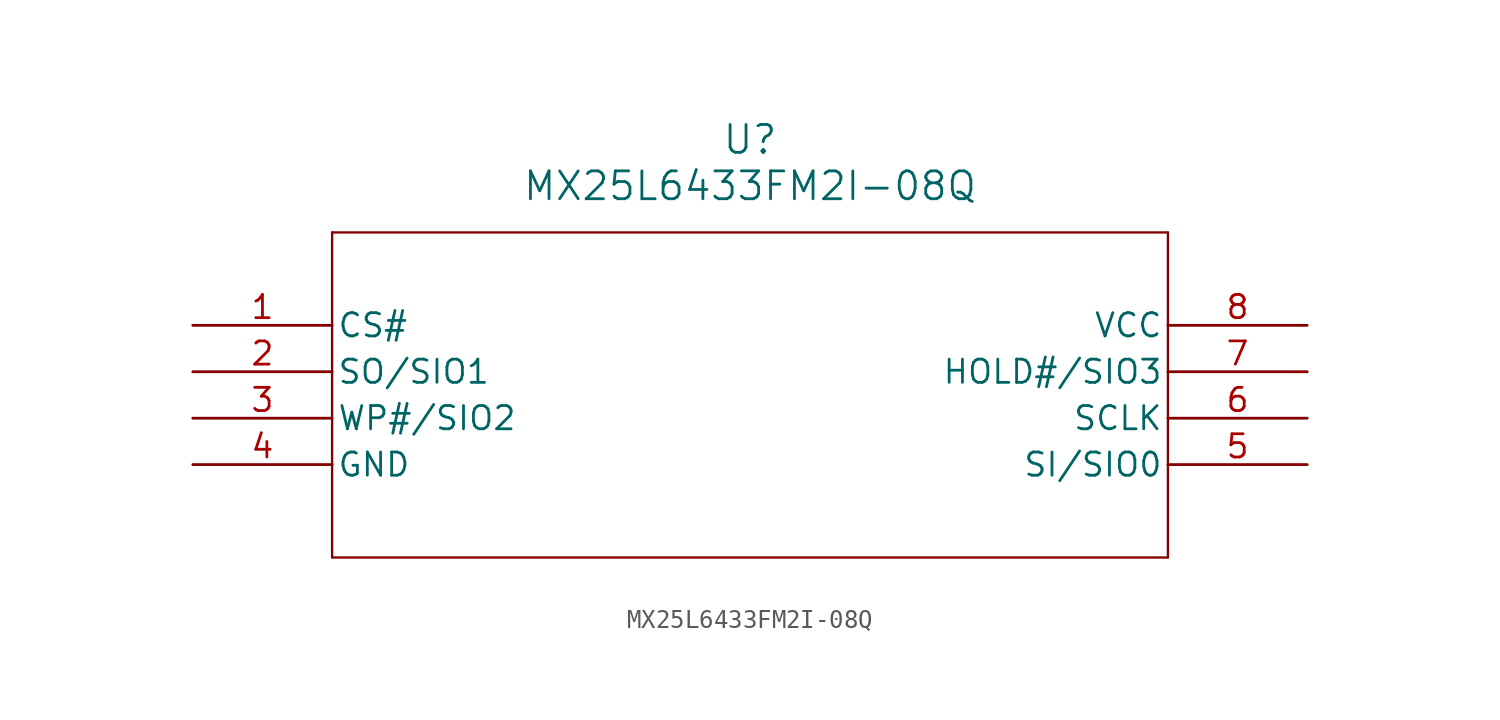
<source format=kicad_sym>
(kicad_symbol_lib
  (version 20211014)
  (generator kicad_symbol_editor)
  (symbol "MX25L6433FM2I-08Q"
    (pin_names
      (offset 0.254))
    (property "Reference" "U"
      (at 30.48 10.16 0)
      (effects (font (size 1.524 1.524))))
    (property "Value" "MX25L6433FM2I-08Q"
      (at 30.48 7.62 0)
      (effects (font (size 1.524 1.524))))
    (symbol "MX25L6433FM2I-08Q_0_1"
      (polyline (pts (xy 7.62 5.08) (xy 7.62 -12.7)) (stroke (width 0.127) (type default) (color 0 0 0 0)) (fill (type none)))
      (polyline (pts (xy 7.62 -12.7) (xy 53.34 -12.7)) (stroke (width 0.127) (type default) (color 0 0 0 0)) (fill (type none)))
      (polyline (pts (xy 53.34 -12.7) (xy 53.34 5.08)) (stroke (width 0.127) (type default) (color 0 0 0 0)) (fill (type none)))
      (polyline (pts (xy 53.34 5.08) (xy 7.62 5.08)) (stroke (width 0.127) (type default) (color 0 0 0 0)) (fill (type none)))
      (pin input line (at 0 0 0) (length 7.62) (name "CS#" (effects (font (size 1.27 1.27)))) (number "1" (effects (font (size 1.27 1.27)))))
      (pin bidirectional line (at 0 -2.54 0) (length 7.62) (name "SO/SIO1" (effects (font (size 1.27 1.27)))) (number "2" (effects (font (size 1.27 1.27)))))
      (pin bidirectional line (at 0 -5.08 0) (length 7.62) (name "WP#/SIO2" (effects (font (size 1.27 1.27)))) (number "3" (effects (font (size 1.27 1.27)))))
      (pin power_out line (at 0 -7.62 0) (length 7.62) (name "GND" (effects (font (size 1.27 1.27)))) (number "4" (effects (font (size 1.27 1.27)))))
      (pin bidirectional line (at 60.96 -7.62 180) (length 7.62) (name "SI/SIO0" (effects (font (size 1.27 1.27)))) (number "5" (effects (font (size 1.27 1.27)))))
      (pin input line (at 60.96 -5.08 180) (length 7.62) (name "SCLK" (effects (font (size 1.27 1.27)))) (number "6" (effects (font (size 1.27 1.27)))))
      (pin bidirectional line (at 60.96 -2.54 180) (length 7.62) (name "HOLD#/SIO3" (effects (font (size 1.27 1.27)))) (number "7" (effects (font (size 1.27 1.27)))))
      (pin power_in line (at 60.96 0 180) (length 7.62) (name "VCC" (effects (font (size 1.27 1.27)))) (number "8" (effects (font (size 1.27 1.27))))))))
</source>
